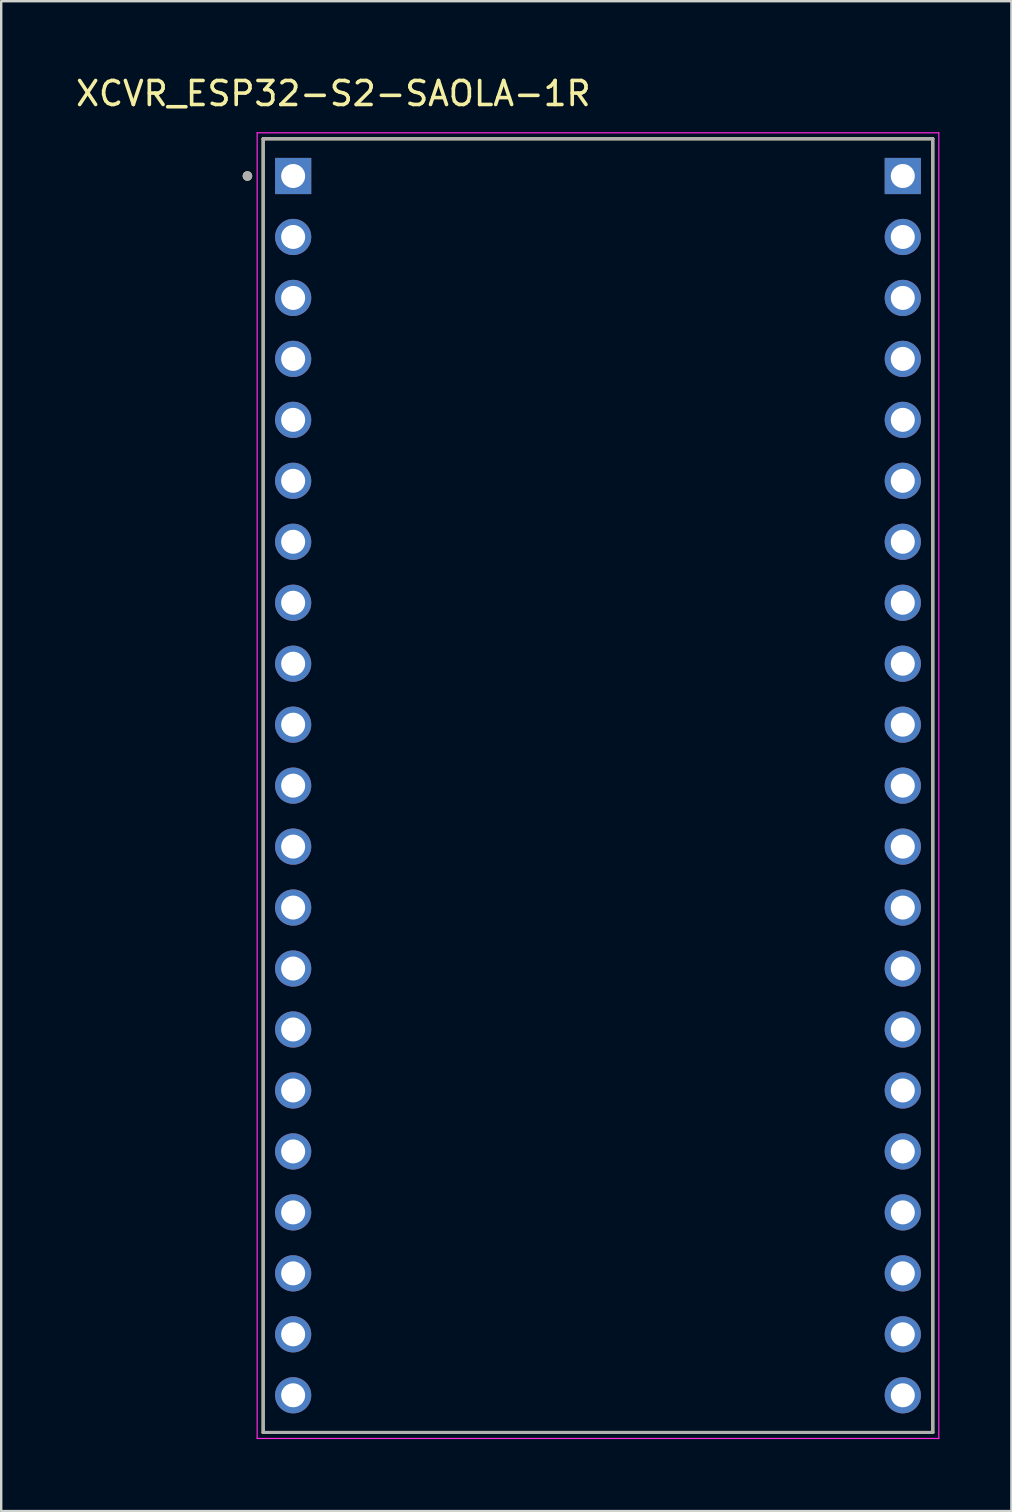
<source format=kicad_pcb>
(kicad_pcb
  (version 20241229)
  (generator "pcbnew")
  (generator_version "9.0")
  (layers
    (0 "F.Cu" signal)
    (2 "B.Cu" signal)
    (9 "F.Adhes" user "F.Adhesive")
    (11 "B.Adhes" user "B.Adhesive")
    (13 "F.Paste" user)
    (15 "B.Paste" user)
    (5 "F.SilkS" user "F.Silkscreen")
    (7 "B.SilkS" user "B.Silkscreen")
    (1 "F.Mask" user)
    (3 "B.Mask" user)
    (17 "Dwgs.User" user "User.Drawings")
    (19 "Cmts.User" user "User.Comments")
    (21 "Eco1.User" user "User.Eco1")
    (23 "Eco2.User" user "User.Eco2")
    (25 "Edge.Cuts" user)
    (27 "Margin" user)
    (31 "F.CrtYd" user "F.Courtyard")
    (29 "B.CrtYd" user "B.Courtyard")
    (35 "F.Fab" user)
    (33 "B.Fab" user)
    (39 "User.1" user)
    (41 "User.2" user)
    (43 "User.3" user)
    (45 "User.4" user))
  (footprint "XCVR_ESP32-S2-SAOLA-1R"
    (layer "F.Cu")
    (at 21.864 29.683)
    (property "Reference" "XCVR_ESP32-S2-SAOLA-1R" (at -11.025 -28.835 0) (layer "F.SilkS") (effects (font (size 1 1) (thickness 0.15))))
    (attr through_hole)
    (fp_line (start -13.95 -26.95) (end 13.95 -26.95) (stroke (width 0.127) (type solid)) (layer "F.SilkS"))
    (fp_line (start -13.95 26.95) (end -13.95 -26.95) (stroke (width 0.127) (type solid)) (layer "F.SilkS"))
    (fp_line (start 13.95 -26.95) (end 13.95 26.95) (stroke (width 0.127) (type solid)) (layer "F.SilkS"))
    (fp_line (start 13.95 26.95) (end -13.95 26.95) (stroke (width 0.127) (type solid)) (layer "F.SilkS"))
    (fp_circle (center -14.605 -25.4) (end -14.505 -25.4) (stroke (width 0.2) (type solid)) (fill no) (layer "F.SilkS"))
    (fp_line (start -14.2 -27.2) (end -14.2 27.2) (stroke (width 0.05) (type solid)) (layer "F.CrtYd"))
    (fp_line (start -14.2 27.2) (end 14.2 27.2) (stroke (width 0.05) (type solid)) (layer "F.CrtYd"))
    (fp_line (start 14.2 -27.2) (end -14.2 -27.2) (stroke (width 0.05) (type solid)) (layer "F.CrtYd"))
    (fp_line (start 14.2 27.2) (end 14.2 -27.2) (stroke (width 0.05) (type solid)) (layer "F.CrtYd"))
    (fp_line (start -13.95 -26.95) (end 13.95 -26.95) (stroke (width 0.127) (type solid)) (layer "F.Fab"))
    (fp_line (start -13.95 26.95) (end -13.95 -26.95) (stroke (width 0.127) (type solid)) (layer "F.Fab"))
    (fp_line (start 13.95 -26.95) (end 13.95 26.95) (stroke (width 0.127) (type solid)) (layer "F.Fab"))
    (fp_line (start 13.95 26.95) (end -13.95 26.95) (stroke (width 0.127) (type solid)) (layer "F.Fab"))
    (fp_circle (center -14.605 -25.4) (end -14.505 -25.4) (stroke (width 0.2) (type solid)) (fill no) (layer "F.Fab"))
    (pad "A1" thru_hole rect (at -12.7 -25.4) (size 1.508 1.508) (drill 1) (layers "*.Cu" "*.Mask"))
    (pad "A2" thru_hole circle (at -12.7 -22.86) (size 1.508 1.508) (drill 1) (layers "*.Cu" "*.Mask"))
    (pad "A3" thru_hole circle (at -12.7 -20.32) (size 1.508 1.508) (drill 1) (layers "*.Cu" "*.Mask"))
    (pad "A4" thru_hole circle (at -12.7 -17.78) (size 1.508 1.508) (drill 1) (layers "*.Cu" "*.Mask"))
    (pad "A5" thru_hole circle (at -12.7 -15.24) (size 1.508 1.508) (drill 1) (layers "*.Cu" "*.Mask"))
    (pad "A6" thru_hole circle (at -12.7 -12.7) (size 1.508 1.508) (drill 1) (layers "*.Cu" "*.Mask"))
    (pad "A7" thru_hole circle (at -12.7 -10.16) (size 1.508 1.508) (drill 1) (layers "*.Cu" "*.Mask"))
    (pad "A8" thru_hole circle (at -12.7 -7.62) (size 1.508 1.508) (drill 1) (layers "*.Cu" "*.Mask"))
    (pad "A9" thru_hole circle (at -12.7 -5.08) (size 1.508 1.508) (drill 1) (layers "*.Cu" "*.Mask"))
    (pad "A10" thru_hole circle (at -12.7 -2.54) (size 1.508 1.508) (drill 1) (layers "*.Cu" "*.Mask"))
    (pad "A11" thru_hole circle (at -12.7 0) (size 1.508 1.508) (drill 1) (layers "*.Cu" "*.Mask"))
    (pad "A12" thru_hole circle (at -12.7 2.54) (size 1.508 1.508) (drill 1) (layers "*.Cu" "*.Mask"))
    (pad "A13" thru_hole circle (at -12.7 5.08) (size 1.508 1.508) (drill 1) (layers "*.Cu" "*.Mask"))
    (pad "A14" thru_hole circle (at -12.7 7.62) (size 1.508 1.508) (drill 1) (layers "*.Cu" "*.Mask"))
    (pad "A15" thru_hole circle (at -12.7 10.16) (size 1.508 1.508) (drill 1) (layers "*.Cu" "*.Mask"))
    (pad "A16" thru_hole circle (at -12.7 12.7) (size 1.508 1.508) (drill 1) (layers "*.Cu" "*.Mask"))
    (pad "A17" thru_hole circle (at -12.7 15.24) (size 1.508 1.508) (drill 1) (layers "*.Cu" "*.Mask"))
    (pad "A18" thru_hole circle (at -12.7 17.78) (size 1.508 1.508) (drill 1) (layers "*.Cu" "*.Mask"))
    (pad "A19" thru_hole circle (at -12.7 20.32) (size 1.508 1.508) (drill 1) (layers "*.Cu" "*.Mask"))
    (pad "A20" thru_hole circle (at -12.7 22.86) (size 1.508 1.508) (drill 1) (layers "*.Cu" "*.Mask"))
    (pad "A21" thru_hole circle (at -12.7 25.4) (size 1.508 1.508) (drill 1) (layers "*.Cu" "*.Mask"))
    (pad "B1" thru_hole rect (at 12.7 -25.4) (size 1.508 1.508) (drill 1) (layers "*.Cu" "*.Mask"))
    (pad "B2" thru_hole circle (at 12.7 -22.86) (size 1.508 1.508) (drill 1) (layers "*.Cu" "*.Mask"))
    (pad "B3" thru_hole circle (at 12.7 -20.32) (size 1.508 1.508) (drill 1) (layers "*.Cu" "*.Mask"))
    (pad "B4" thru_hole circle (at 12.7 -17.78) (size 1.508 1.508) (drill 1) (layers "*.Cu" "*.Mask"))
    (pad "B5" thru_hole circle (at 12.7 -15.24) (size 1.508 1.508) (drill 1) (layers "*.Cu" "*.Mask"))
    (pad "B6" thru_hole circle (at 12.7 -12.7) (size 1.508 1.508) (drill 1) (layers "*.Cu" "*.Mask"))
    (pad "B7" thru_hole circle (at 12.7 -10.16) (size 1.508 1.508) (drill 1) (layers "*.Cu" "*.Mask"))
    (pad "B8" thru_hole circle (at 12.7 -7.62) (size 1.508 1.508) (drill 1) (layers "*.Cu" "*.Mask"))
    (pad "B9" thru_hole circle (at 12.7 -5.08) (size 1.508 1.508) (drill 1) (layers "*.Cu" "*.Mask"))
    (pad "B10" thru_hole circle (at 12.7 -2.54) (size 1.508 1.508) (drill 1) (layers "*.Cu" "*.Mask"))
    (pad "B11" thru_hole circle (at 12.7 0) (size 1.508 1.508) (drill 1) (layers "*.Cu" "*.Mask"))
    (pad "B12" thru_hole circle (at 12.7 2.54) (size 1.508 1.508) (drill 1) (layers "*.Cu" "*.Mask"))
    (pad "B13" thru_hole circle (at 12.7 5.08) (size 1.508 1.508) (drill 1) (layers "*.Cu" "*.Mask"))
    (pad "B14" thru_hole circle (at 12.7 7.62) (size 1.508 1.508) (drill 1) (layers "*.Cu" "*.Mask"))
    (pad "B15" thru_hole circle (at 12.7 10.16) (size 1.508 1.508) (drill 1) (layers "*.Cu" "*.Mask"))
    (pad "B16" thru_hole circle (at 12.7 12.7) (size 1.508 1.508) (drill 1) (layers "*.Cu" "*.Mask"))
    (pad "B17" thru_hole circle (at 12.7 15.24) (size 1.508 1.508) (drill 1) (layers "*.Cu" "*.Mask"))
    (pad "B18" thru_hole circle (at 12.7 17.78) (size 1.508 1.508) (drill 1) (layers "*.Cu" "*.Mask"))
    (pad "B19" thru_hole circle (at 12.7 20.32) (size 1.508 1.508) (drill 1) (layers "*.Cu" "*.Mask"))
    (pad "B20" thru_hole circle (at 12.7 22.86) (size 1.508 1.508) (drill 1) (layers "*.Cu" "*.Mask"))
    (pad "B21" thru_hole circle (at 12.7 25.4) (size 1.508 1.508) (drill 1) (layers "*.Cu" "*.Mask")))
  (gr_rect
    (start -3 -3)
    (end 39.089 59.908)
    (stroke (width 0.1) (type default))
    (fill no)
    (layer "Edge.Cuts")))
</source>
